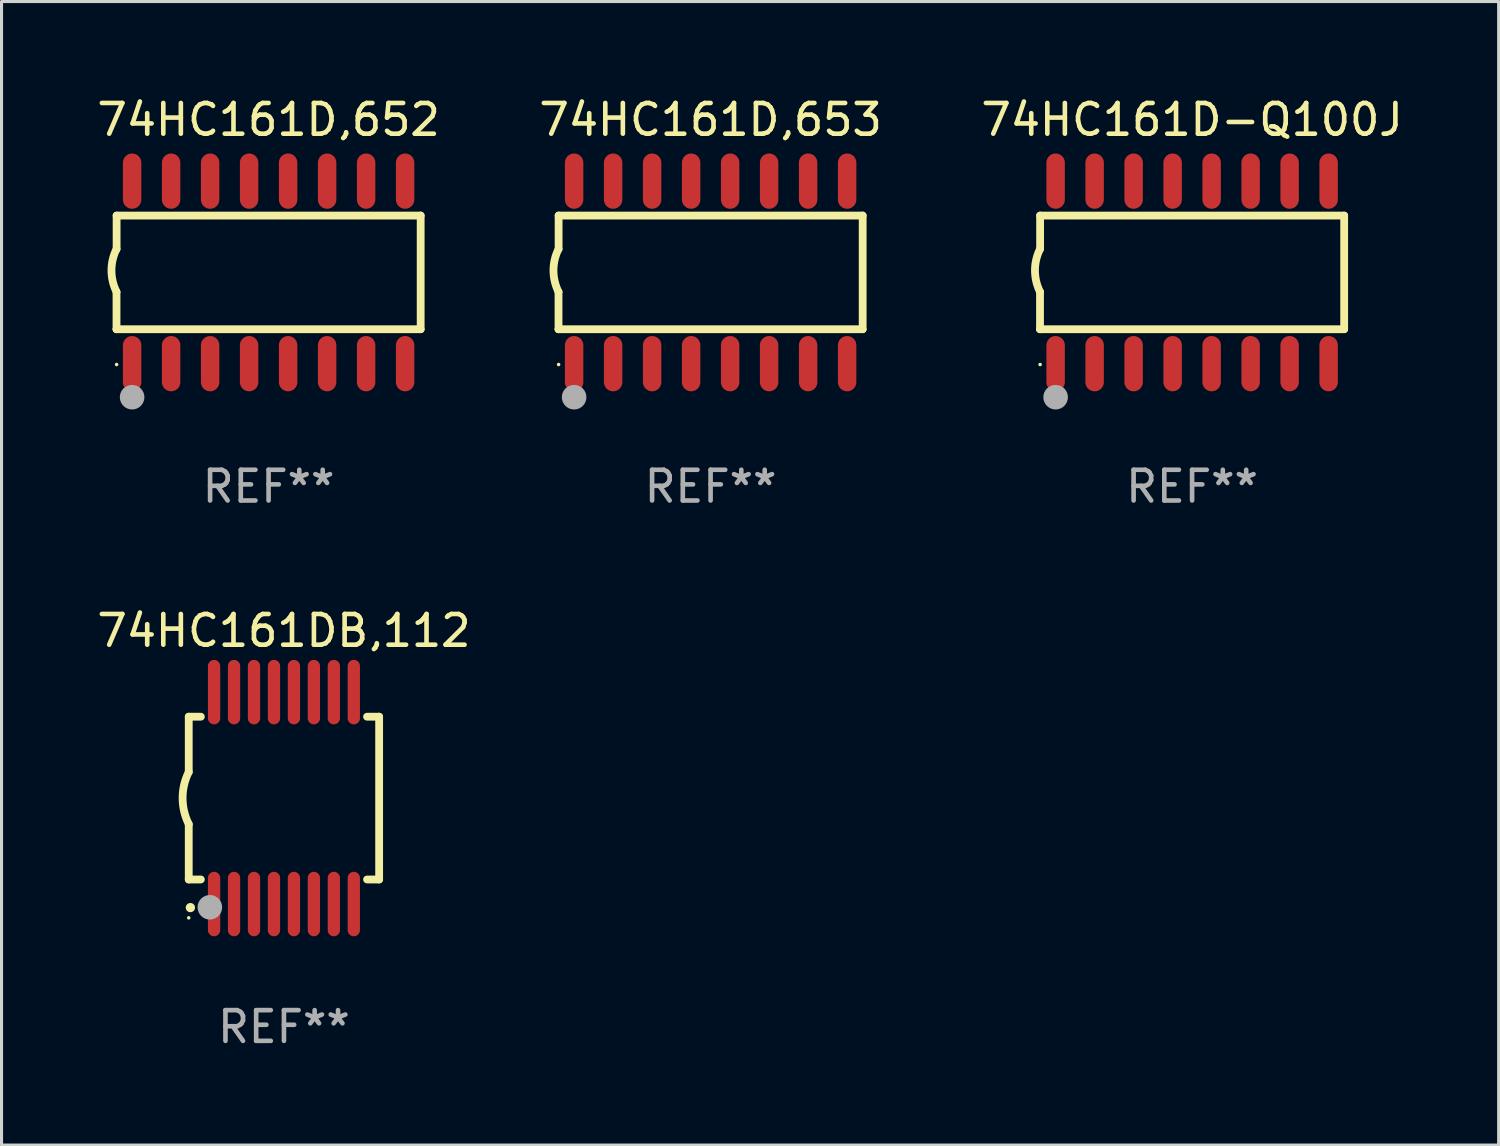
<source format=kicad_pcb>
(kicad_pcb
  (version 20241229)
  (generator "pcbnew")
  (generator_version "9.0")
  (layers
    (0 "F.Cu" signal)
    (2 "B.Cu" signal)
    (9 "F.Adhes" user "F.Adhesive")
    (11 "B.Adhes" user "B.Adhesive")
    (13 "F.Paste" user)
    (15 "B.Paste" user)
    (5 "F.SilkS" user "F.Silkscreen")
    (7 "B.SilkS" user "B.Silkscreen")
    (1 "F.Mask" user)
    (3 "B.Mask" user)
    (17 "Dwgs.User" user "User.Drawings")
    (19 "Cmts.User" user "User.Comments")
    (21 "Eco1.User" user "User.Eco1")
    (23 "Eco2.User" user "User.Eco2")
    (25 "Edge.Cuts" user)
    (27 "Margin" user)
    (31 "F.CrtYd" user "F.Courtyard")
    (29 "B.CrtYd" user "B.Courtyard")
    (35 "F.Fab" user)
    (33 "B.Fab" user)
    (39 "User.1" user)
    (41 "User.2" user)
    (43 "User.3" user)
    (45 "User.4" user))
  (footprint "74HC161D,652"
    (layer "F.Cu")
    (at 5.696 5.82)
    (property "Reference" "74HC161D,652" (at 0 -4.972 0) (layer "F.SilkS") (effects (font (size 1 1) (thickness 0.15))))
    (attr through_hole)
    (fp_line (start -4.952 0.635) (end -4.952 1.85) (stroke (width 0.254) (type solid)) (layer "F.SilkS"))
    (fp_line (start -4.952 1.85) (end -4.949 1.85) (stroke (width 0.254) (type solid)) (layer "F.SilkS"))
    (fp_line (start -4.949 -1.85) (end -4.949 -0.762) (stroke (width 0.254) (type solid)) (layer "F.SilkS"))
    (fp_line (start -4.949 1.85) (end 4.952 1.85) (stroke (width 0.254) (type solid)) (layer "F.SilkS"))
    (fp_line (start 4.952 -1.85) (end -4.949 -1.85) (stroke (width 0.254) (type solid)) (layer "F.SilkS"))
    (fp_line (start 4.952 1.85) (end 4.952 -1.85) (stroke (width 0.254) (type solid)) (layer "F.SilkS"))
    (fp_arc (start -4.951524 0.635001) (mid -5.116418 -0.0635) (end -4.951524 -0.762002) (stroke (width 0.254001) (type solid)) (layer "F.SilkS"))
    (fp_circle (center -4.949 3) (end -4.919 3) (stroke (width 0.06) (type solid)) (fill no) (layer "F.SilkS"))
    (fp_circle (center -4.444 4.064) (end -4.244 4.064) (stroke (width 0.4) (type solid)) (fill no) (layer "F.Fab"))
    (fp_text user "REF**" (at 0 6.972 0) (layer "F.Fab") (effects (font (size 1 1) (thickness 0.15))))
    (pad "1" smd oval (at -4.444 2.972 180) (size 0.6 1.8) (layers "F.Cu" "F.Mask" "F.Paste"))
    (pad "2" smd oval (at -3.174 2.972 180) (size 0.6 1.8) (layers "F.Cu" "F.Mask" "F.Paste"))
    (pad "3" smd oval (at -1.904 2.972 180) (size 0.6 1.8) (layers "F.Cu" "F.Mask" "F.Paste"))
    (pad "4" smd oval (at -0.634 2.972 180) (size 0.6 1.8) (layers "F.Cu" "F.Mask" "F.Paste"))
    (pad "5" smd oval (at 0.636 2.972 180) (size 0.6 1.8) (layers "F.Cu" "F.Mask" "F.Paste"))
    (pad "6" smd oval (at 1.906 2.972 180) (size 0.6 1.8) (layers "F.Cu" "F.Mask" "F.Paste"))
    (pad "7" smd oval (at 3.176 2.972 180) (size 0.6 1.8) (layers "F.Cu" "F.Mask" "F.Paste"))
    (pad "8" smd oval (at 4.446 2.972 180) (size 0.6 1.8) (layers "F.Cu" "F.Mask" "F.Paste"))
    (pad "9" smd oval (at 4.446 -2.972 180) (size 0.6 1.8) (layers "F.Cu" "F.Mask" "F.Paste"))
    (pad "10" smd oval (at 3.176 -2.972 180) (size 0.6 1.8) (layers "F.Cu" "F.Mask" "F.Paste"))
    (pad "11" smd oval (at 1.906 -2.972 180) (size 0.6 1.8) (layers "F.Cu" "F.Mask" "F.Paste"))
    (pad "12" smd oval (at 0.636 -2.972 180) (size 0.6 1.8) (layers "F.Cu" "F.Mask" "F.Paste"))
    (pad "13" smd oval (at -0.634 -2.972 180) (size 0.6 1.8) (layers "F.Cu" "F.Mask" "F.Paste"))
    (pad "14" smd oval (at -1.904 -2.972 180) (size 0.6 1.8) (layers "F.Cu" "F.Mask" "F.Paste"))
    (pad "15" smd oval (at -3.174 -2.972 180) (size 0.6 1.8) (layers "F.Cu" "F.Mask" "F.Paste"))
    (pad "16" smd oval (at -4.444 -2.972 180) (size 0.6 1.8) (layers "F.Cu" "F.Mask" "F.Paste")))
  (footprint "74HC161DB,112"
    (layer "F.Cu")
    (at 6.196 22.938)
    (property "Reference" "74HC161DB,112" (at 0 -5.45 0) (layer "F.SilkS") (effects (font (size 1 1) (thickness 0.15))))
    (attr through_hole)
    (fp_line (start -3.1 -2.65) (end -3.1 -0.85) (stroke (width 0.254) (type solid)) (layer "F.SilkS"))
    (fp_line (start -3.1 -2.65) (end -2.706 -2.65) (stroke (width 0.254) (type solid)) (layer "F.SilkS"))
    (fp_line (start -3.1 2.65) (end -3.1 0.85) (stroke (width 0.254) (type solid)) (layer "F.SilkS"))
    (fp_line (start -3.1 2.65) (end -2.706 2.65) (stroke (width 0.254) (type solid)) (layer "F.SilkS"))
    (fp_line (start 2.706 -2.65) (end 3.1 -2.65) (stroke (width 0.254) (type solid)) (layer "F.SilkS"))
    (fp_line (start 2.706 2.65) (end 3.1 2.65) (stroke (width 0.254) (type solid)) (layer "F.SilkS"))
    (fp_line (start 3.1 -2.65) (end 3.1 2.65) (stroke (width 0.254) (type solid)) (layer "F.SilkS"))
    (fp_arc (start -3.098907 0.850902) (mid -3.300057 0.000523) (end -3.1 -0.850114) (stroke (width 0.254001) (type solid)) (layer "F.SilkS"))
    (fp_arc (start -3.048006 3.566066) (mid -3.046736 3.566061) (end -3.045466 3.566066) (stroke (width 0.3) (type solid)) (layer "F.SilkS"))
    (fp_circle (center -3.1 3.9) (end -3.07 3.9) (stroke (width 0.06) (type solid)) (fill no) (layer "F.SilkS"))
    (fp_circle (center -2.413 3.556) (end -2.213 3.556) (stroke (width 0.4) (type solid)) (fill no) (layer "F.Fab"))
    (fp_text user "REF**" (at 0 7.45 0) (layer "F.Fab") (effects (font (size 1 1) (thickness 0.15))))
    (pad "1" smd oval (at -2.275 3.45 180) (size 0.4 2.1) (layers "F.Cu" "F.Mask" "F.Paste"))
    (pad "2" smd oval (at -1.625 3.45 180) (size 0.4 2.1) (layers "F.Cu" "F.Mask" "F.Paste"))
    (pad "3" smd oval (at -0.975 3.45 180) (size 0.4 2.1) (layers "F.Cu" "F.Mask" "F.Paste"))
    (pad "4" smd oval (at -0.325 3.45 180) (size 0.4 2.1) (layers "F.Cu" "F.Mask" "F.Paste"))
    (pad "5" smd oval (at 0.325 3.45 180) (size 0.4 2.1) (layers "F.Cu" "F.Mask" "F.Paste"))
    (pad "6" smd oval (at 0.975 3.45 180) (size 0.4 2.1) (layers "F.Cu" "F.Mask" "F.Paste"))
    (pad "7" smd oval (at 1.625 3.45 180) (size 0.4 2.1) (layers "F.Cu" "F.Mask" "F.Paste"))
    (pad "8" smd oval (at 2.275 3.45 180) (size 0.4 2.1) (layers "F.Cu" "F.Mask" "F.Paste"))
    (pad "9" smd oval (at 2.275 -3.45 180) (size 0.4 2.1) (layers "F.Cu" "F.Mask" "F.Paste"))
    (pad "10" smd oval (at 1.625 -3.45 180) (size 0.4 2.1) (layers "F.Cu" "F.Mask" "F.Paste"))
    (pad "11" smd oval (at 0.975 -3.45 180) (size 0.4 2.1) (layers "F.Cu" "F.Mask" "F.Paste"))
    (pad "12" smd oval (at 0.325 -3.45 180) (size 0.4 2.1) (layers "F.Cu" "F.Mask" "F.Paste"))
    (pad "13" smd oval (at -0.325 -3.45 180) (size 0.4 2.1) (layers "F.Cu" "F.Mask" "F.Paste"))
    (pad "14" smd oval (at -0.975 -3.45 180) (size 0.4 2.1) (layers "F.Cu" "F.Mask" "F.Paste"))
    (pad "15" smd oval (at -1.625 -3.45 180) (size 0.4 2.1) (layers "F.Cu" "F.Mask" "F.Paste"))
    (pad "16" smd oval (at -2.275 -3.45 180) (size 0.4 2.1) (layers "F.Cu" "F.Mask" "F.Paste")))
  (footprint "74HC161D-Q100J"
    (layer "F.Cu")
    (at 35.768 5.82)
    (property "Reference" "74HC161D-Q100J" (at 0 -4.972 0) (layer "F.SilkS") (effects (font (size 1 1) (thickness 0.15))))
    (attr through_hole)
    (fp_line (start -4.952 0.635) (end -4.952 1.85) (stroke (width 0.254) (type solid)) (layer "F.SilkS"))
    (fp_line (start -4.952 1.85) (end -4.949 1.85) (stroke (width 0.254) (type solid)) (layer "F.SilkS"))
    (fp_line (start -4.949 -1.85) (end -4.949 -0.762) (stroke (width 0.254) (type solid)) (layer "F.SilkS"))
    (fp_line (start -4.949 1.85) (end 4.952 1.85) (stroke (width 0.254) (type solid)) (layer "F.SilkS"))
    (fp_line (start 4.952 -1.85) (end -4.949 -1.85) (stroke (width 0.254) (type solid)) (layer "F.SilkS"))
    (fp_line (start 4.952 1.85) (end 4.952 -1.85) (stroke (width 0.254) (type solid)) (layer "F.SilkS"))
    (fp_arc (start -4.951524 0.635001) (mid -5.116418 -0.0635) (end -4.951524 -0.762002) (stroke (width 0.254001) (type solid)) (layer "F.SilkS"))
    (fp_circle (center -4.949 3) (end -4.919 3) (stroke (width 0.06) (type solid)) (fill no) (layer "F.SilkS"))
    (fp_circle (center -4.444 4.064) (end -4.244 4.064) (stroke (width 0.4) (type solid)) (fill no) (layer "F.Fab"))
    (fp_text user "REF**" (at 0 6.972 0) (layer "F.Fab") (effects (font (size 1 1) (thickness 0.15))))
    (pad "1" smd oval (at -4.444 2.972 180) (size 0.6 1.8) (layers "F.Cu" "F.Mask" "F.Paste"))
    (pad "2" smd oval (at -3.174 2.972 180) (size 0.6 1.8) (layers "F.Cu" "F.Mask" "F.Paste"))
    (pad "3" smd oval (at -1.904 2.972 180) (size 0.6 1.8) (layers "F.Cu" "F.Mask" "F.Paste"))
    (pad "4" smd oval (at -0.634 2.972 180) (size 0.6 1.8) (layers "F.Cu" "F.Mask" "F.Paste"))
    (pad "5" smd oval (at 0.636 2.972 180) (size 0.6 1.8) (layers "F.Cu" "F.Mask" "F.Paste"))
    (pad "6" smd oval (at 1.906 2.972 180) (size 0.6 1.8) (layers "F.Cu" "F.Mask" "F.Paste"))
    (pad "7" smd oval (at 3.176 2.972 180) (size 0.6 1.8) (layers "F.Cu" "F.Mask" "F.Paste"))
    (pad "8" smd oval (at 4.446 2.972 180) (size 0.6 1.8) (layers "F.Cu" "F.Mask" "F.Paste"))
    (pad "9" smd oval (at 4.446 -2.972 180) (size 0.6 1.8) (layers "F.Cu" "F.Mask" "F.Paste"))
    (pad "10" smd oval (at 3.176 -2.972 180) (size 0.6 1.8) (layers "F.Cu" "F.Mask" "F.Paste"))
    (pad "11" smd oval (at 1.906 -2.972 180) (size 0.6 1.8) (layers "F.Cu" "F.Mask" "F.Paste"))
    (pad "12" smd oval (at 0.636 -2.972 180) (size 0.6 1.8) (layers "F.Cu" "F.Mask" "F.Paste"))
    (pad "13" smd oval (at -0.634 -2.972 180) (size 0.6 1.8) (layers "F.Cu" "F.Mask" "F.Paste"))
    (pad "14" smd oval (at -1.904 -2.972 180) (size 0.6 1.8) (layers "F.Cu" "F.Mask" "F.Paste"))
    (pad "15" smd oval (at -3.174 -2.972 180) (size 0.6 1.8) (layers "F.Cu" "F.Mask" "F.Paste"))
    (pad "16" smd oval (at -4.444 -2.972 180) (size 0.6 1.8) (layers "F.Cu" "F.Mask" "F.Paste")))
  (footprint "74HC161D,653"
    (layer "F.Cu")
    (at 20.089 5.82)
    (property "Reference" "74HC161D,653" (at 0 -4.972 0) (layer "F.SilkS") (effects (font (size 1 1) (thickness 0.15))))
    (attr through_hole)
    (fp_line (start -4.952 0.635) (end -4.952 1.85) (stroke (width 0.254) (type solid)) (layer "F.SilkS"))
    (fp_line (start -4.952 1.85) (end -4.949 1.85) (stroke (width 0.254) (type solid)) (layer "F.SilkS"))
    (fp_line (start -4.949 -1.85) (end -4.949 -0.762) (stroke (width 0.254) (type solid)) (layer "F.SilkS"))
    (fp_line (start -4.949 1.85) (end 4.952 1.85) (stroke (width 0.254) (type solid)) (layer "F.SilkS"))
    (fp_line (start 4.952 -1.85) (end -4.949 -1.85) (stroke (width 0.254) (type solid)) (layer "F.SilkS"))
    (fp_line (start 4.952 1.85) (end 4.952 -1.85) (stroke (width 0.254) (type solid)) (layer "F.SilkS"))
    (fp_arc (start -4.951524 0.635001) (mid -5.116418 -0.0635) (end -4.951524 -0.762002) (stroke (width 0.254001) (type solid)) (layer "F.SilkS"))
    (fp_circle (center -4.949 3) (end -4.919 3) (stroke (width 0.06) (type solid)) (fill no) (layer "F.SilkS"))
    (fp_circle (center -4.444 4.064) (end -4.244 4.064) (stroke (width 0.4) (type solid)) (fill no) (layer "F.Fab"))
    (fp_text user "REF**" (at 0 6.972 0) (layer "F.Fab") (effects (font (size 1 1) (thickness 0.15))))
    (pad "1" smd oval (at -4.444 2.972 180) (size 0.6 1.8) (layers "F.Cu" "F.Mask" "F.Paste"))
    (pad "2" smd oval (at -3.174 2.972 180) (size 0.6 1.8) (layers "F.Cu" "F.Mask" "F.Paste"))
    (pad "3" smd oval (at -1.904 2.972 180) (size 0.6 1.8) (layers "F.Cu" "F.Mask" "F.Paste"))
    (pad "4" smd oval (at -0.634 2.972 180) (size 0.6 1.8) (layers "F.Cu" "F.Mask" "F.Paste"))
    (pad "5" smd oval (at 0.636 2.972 180) (size 0.6 1.8) (layers "F.Cu" "F.Mask" "F.Paste"))
    (pad "6" smd oval (at 1.906 2.972 180) (size 0.6 1.8) (layers "F.Cu" "F.Mask" "F.Paste"))
    (pad "7" smd oval (at 3.176 2.972 180) (size 0.6 1.8) (layers "F.Cu" "F.Mask" "F.Paste"))
    (pad "8" smd oval (at 4.446 2.972 180) (size 0.6 1.8) (layers "F.Cu" "F.Mask" "F.Paste"))
    (pad "9" smd oval (at 4.446 -2.972 180) (size 0.6 1.8) (layers "F.Cu" "F.Mask" "F.Paste"))
    (pad "10" smd oval (at 3.176 -2.972 180) (size 0.6 1.8) (layers "F.Cu" "F.Mask" "F.Paste"))
    (pad "11" smd oval (at 1.906 -2.972 180) (size 0.6 1.8) (layers "F.Cu" "F.Mask" "F.Paste"))
    (pad "12" smd oval (at 0.636 -2.972 180) (size 0.6 1.8) (layers "F.Cu" "F.Mask" "F.Paste"))
    (pad "13" smd oval (at -0.634 -2.972 180) (size 0.6 1.8) (layers "F.Cu" "F.Mask" "F.Paste"))
    (pad "14" smd oval (at -1.904 -2.972 180) (size 0.6 1.8) (layers "F.Cu" "F.Mask" "F.Paste"))
    (pad "15" smd oval (at -3.174 -2.972 180) (size 0.6 1.8) (layers "F.Cu" "F.Mask" "F.Paste"))
    (pad "16" smd oval (at -4.444 -2.972 180) (size 0.6 1.8) (layers "F.Cu" "F.Mask" "F.Paste")))
  (gr_rect
    (start -3 -3)
    (end 45.75 34.237)
    (stroke (width 0.1) (type default))
    (fill no)
    (layer "Edge.Cuts")))
</source>
